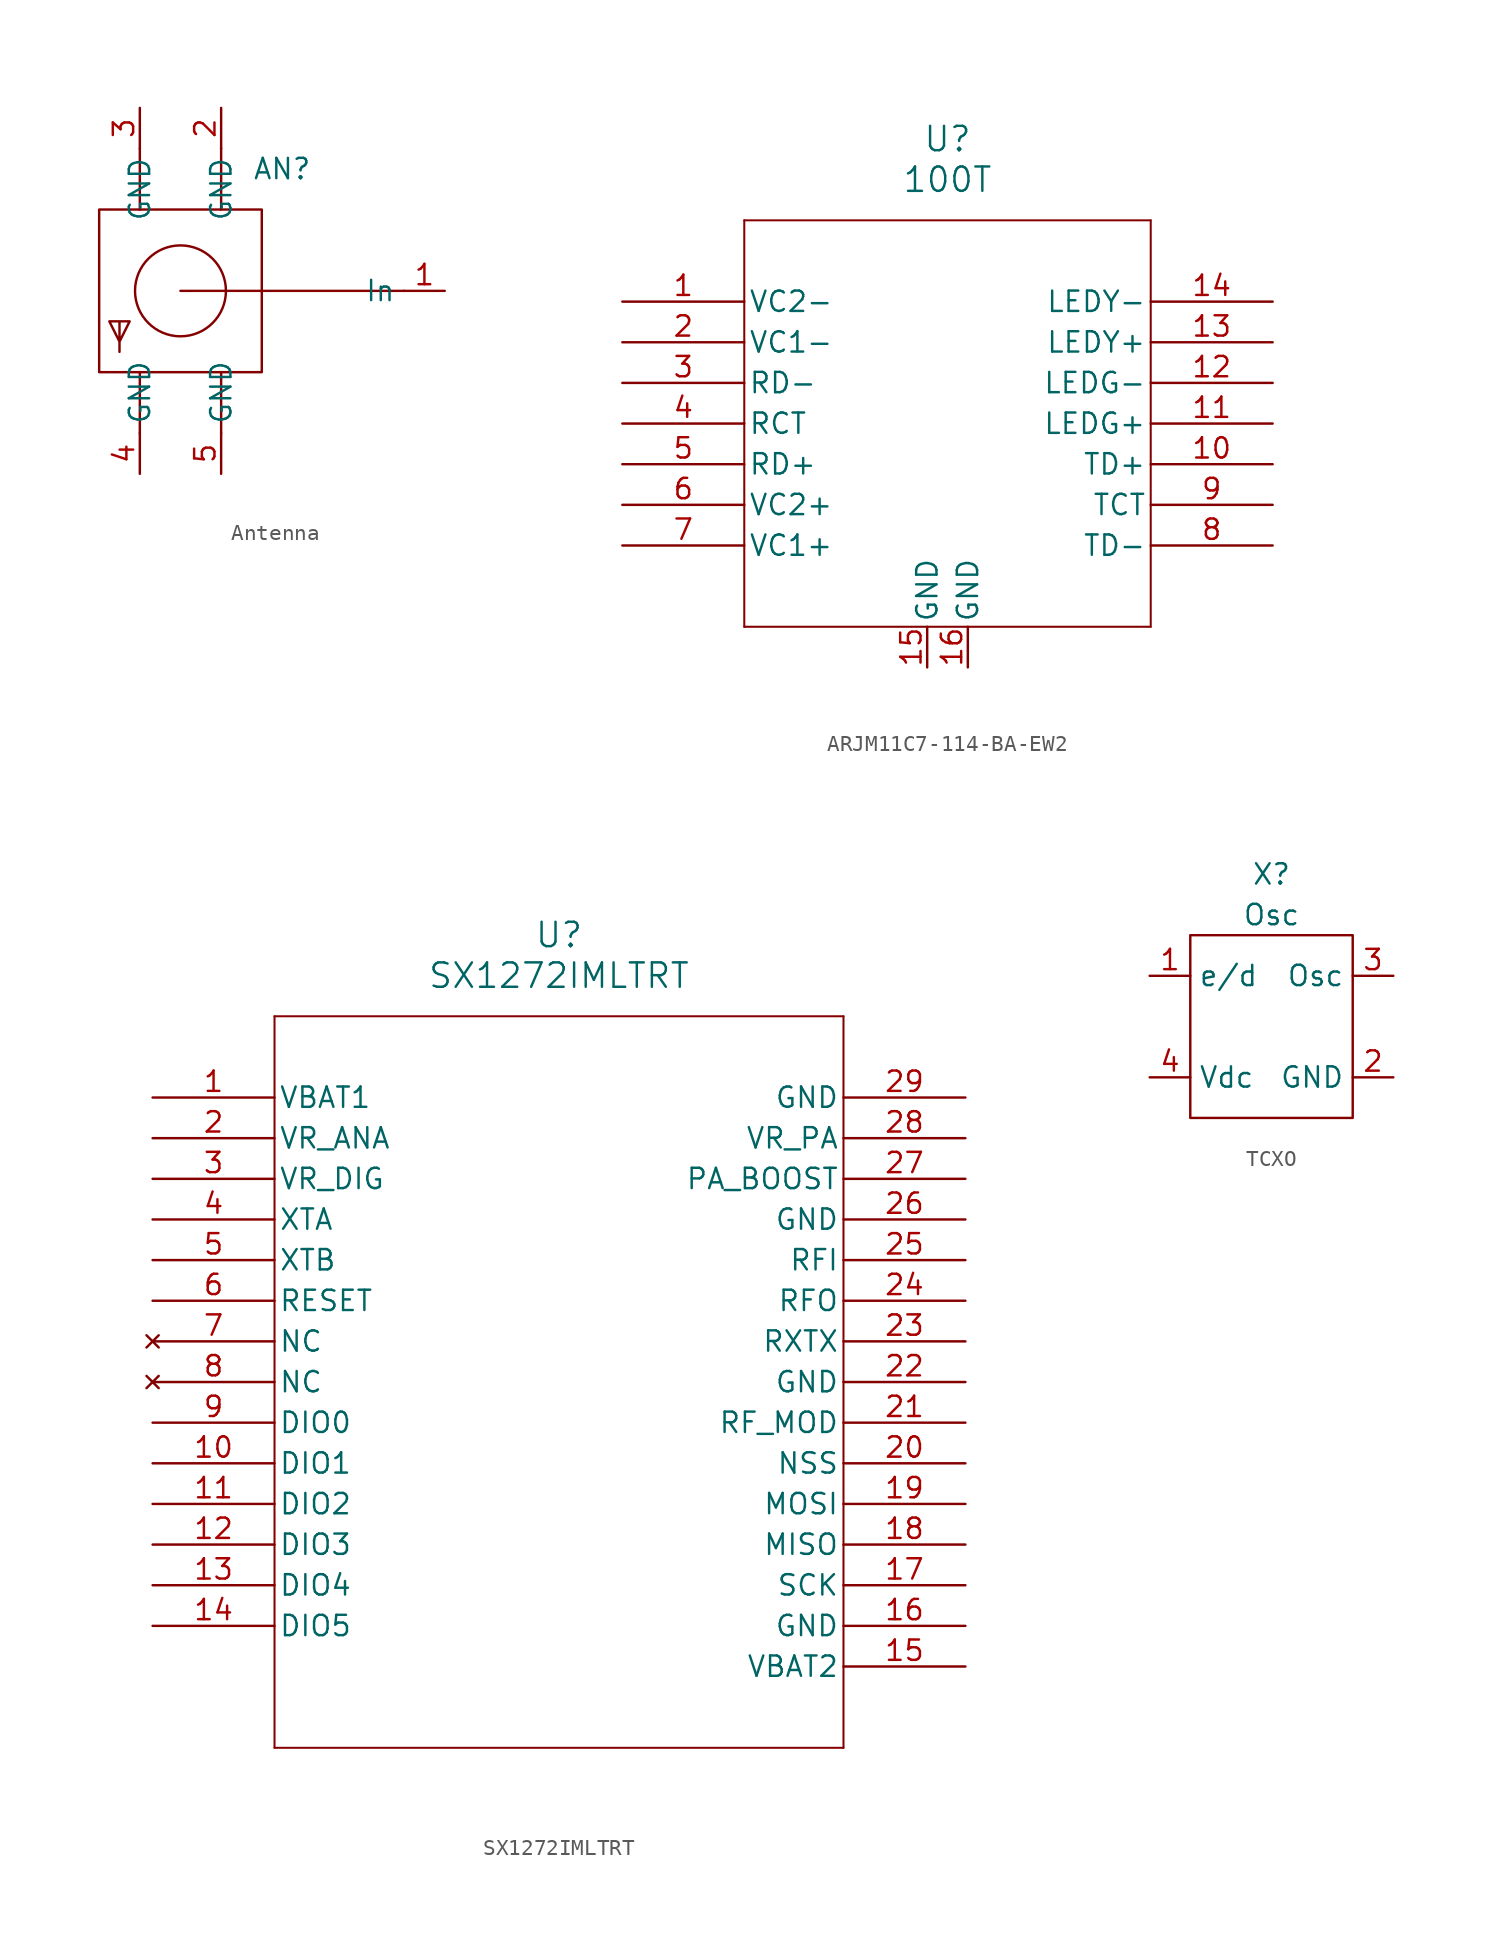
<source format=kicad_sym>
(kicad_symbol_lib
  (version 20220914)
  (generator kicad_symbol_editor)
  (symbol "Antenna"
    (property "Reference" "AN"
      (at 6.35 7.62 0)
      (effects (font (size 1.27 1.27))))
    (property "Value" ""
      (at 0 0 0)
      (effects (font (size 1.27 1.27))))
    (symbol "Antenna_0_1"
      (rectangle (start -5.08 5.08) (end 5.08 -5.08) (stroke (width 0) (type default)) (fill (type none)))
      (polyline (pts (xy -2.54 -8.89) (xy -2.54 -5.08)) (stroke (width 0) (type default)) (fill (type none)))
      (polyline (pts (xy -2.54 5.08) (xy -2.54 8.89)) (stroke (width 0) (type default)) (fill (type none)))
      (polyline (pts (xy 0 0) (xy 13.97 0)) (stroke (width 0) (type default)) (fill (type none)))
      (polyline (pts (xy 2.54 -5.08) (xy 2.54 -8.89)) (stroke (width 0) (type default)) (fill (type none)))
      (polyline (pts (xy 2.54 8.89) (xy 2.54 5.08)) (stroke (width 0) (type default)) (fill (type none)))
      (polyline (pts (xy -3.81 -3.81) (xy -3.81 -3.175) (xy -4.445 -1.905) (xy -3.175 -1.905) (xy -3.81 -3.175) (xy -3.81 -1.905)) (stroke (width 0) (type default)) (fill (type none)))
      (circle (center 0 0) (radius 2.84) (stroke (width 0) (type default)) (fill (type none))))
    (symbol "Antenna_1_1"
      (pin input line (at 16.51 0 180) (length 2.54) (name "In" (effects (font (size 1.27 1.27)))) (number "1" (effects (font (size 1.27 1.27)))))
      (pin output line (at 2.54 11.43 270) (length 2.54) (name "GND" (effects (font (size 1.27 1.27)))) (number "2" (effects (font (size 1.27 1.27)))))
      (pin output line (at -2.54 11.43 270) (length 2.54) (name "GND" (effects (font (size 1.27 1.27)))) (number "3" (effects (font (size 1.27 1.27)))))
      (pin output line (at -2.54 -11.43 90) (length 2.54) (name "GND" (effects (font (size 1.27 1.27)))) (number "4" (effects (font (size 1.27 1.27)))))
      (pin output line (at 2.54 -11.43 90) (length 2.54) (name "GND" (effects (font (size 1.27 1.27)))) (number "5" (effects (font (size 1.27 1.27)))))))
  (symbol "ARJM11C7-114-BA-EW2"
    (pin_names
      (offset 0.254))
    (property "Reference" "U"
      (at 20.32 10.16 0)
      (effects (font (size 1.524 1.524))))
    (property "Value" "100T"
      (at 20.32 7.62 0)
      (effects (font (size 1.524 1.524))))
    (symbol "ARJM11C7-114-BA-EW2_0_1"
      (polyline (pts (xy 7.62 -20.32) (xy 33.02 -20.32)) (stroke (width 0.127) (type default)) (fill (type none)))
      (polyline (pts (xy 7.62 5.08) (xy 7.62 -20.32)) (stroke (width 0.127) (type default)) (fill (type none)))
      (polyline (pts (xy 33.02 -20.32) (xy 33.02 5.08)) (stroke (width 0.127) (type default)) (fill (type none)))
      (polyline (pts (xy 33.02 5.08) (xy 7.62 5.08)) (stroke (width 0.127) (type default)) (fill (type none)))
      (pin power_in line (at 0 0 0) (length 7.62) (name "VC2-" (effects (font (size 1.27 1.27)))) (number "1" (effects (font (size 1.27 1.27)))))
      (pin unspecified line (at 40.64 -10.16 180) (length 7.62) (name "TD+" (effects (font (size 1.27 1.27)))) (number "10" (effects (font (size 1.27 1.27)))))
      (pin power_in line (at 0 -2.54 0) (length 7.62) (name "VC1-" (effects (font (size 1.27 1.27)))) (number "2" (effects (font (size 1.27 1.27)))))
      (pin unspecified line (at 0 -5.08 0) (length 7.62) (name "RD-" (effects (font (size 1.27 1.27)))) (number "3" (effects (font (size 1.27 1.27)))))
      (pin unspecified line (at 0 -7.62 0) (length 7.62) (name "RCT" (effects (font (size 1.27 1.27)))) (number "4" (effects (font (size 1.27 1.27)))))
      (pin unspecified line (at 0 -10.16 0) (length 7.62) (name "RD+" (effects (font (size 1.27 1.27)))) (number "5" (effects (font (size 1.27 1.27)))))
      (pin power_in line (at 0 -12.7 0) (length 7.62) (name "VC2+" (effects (font (size 1.27 1.27)))) (number "6" (effects (font (size 1.27 1.27)))))
      (pin power_in line (at 0 -15.24 0) (length 7.62) (name "VC1+" (effects (font (size 1.27 1.27)))) (number "7" (effects (font (size 1.27 1.27)))))
      (pin unspecified line (at 40.64 -15.24 180) (length 7.62) (name "TD-" (effects (font (size 1.27 1.27)))) (number "8" (effects (font (size 1.27 1.27)))))
      (pin unspecified line (at 40.64 -12.7 180) (length 7.62) (name "TCT" (effects (font (size 1.27 1.27)))) (number "9" (effects (font (size 1.27 1.27))))))
    (symbol "ARJM11C7-114-BA-EW2_1_0"
      (pin unspecified line (at 19.05 -22.86 90) (length 2.54) (name "GND" (effects (font (size 1.27 1.27)))) (number "15" (effects (font (size 1.27 1.27)))))
      (pin unspecified line (at 21.59 -22.86 90) (length 2.54) (name "GND" (effects (font (size 1.27 1.27)))) (number "16" (effects (font (size 1.27 1.27))))))
    (symbol "ARJM11C7-114-BA-EW2_1_1"
      (pin power_in line (at 40.64 -7.62 180) (length 7.62) (name "LEDG+" (effects (font (size 1.27 1.27)))) (number "11" (effects (font (size 1.27 1.27)))))
      (pin power_out line (at 40.64 -5.08 180) (length 7.62) (name "LEDG-" (effects (font (size 1.27 1.27)))) (number "12" (effects (font (size 1.27 1.27)))))
      (pin power_in line (at 40.64 -2.54 180) (length 7.62) (name "LEDY+" (effects (font (size 1.27 1.27)))) (number "13" (effects (font (size 1.27 1.27)))))
      (pin power_out line (at 40.64 0 180) (length 7.62) (name "LEDY-" (effects (font (size 1.27 1.27)))) (number "14" (effects (font (size 1.27 1.27)))))))
  (symbol "SX1272IMLTRT"
    (pin_names
      (offset 0.254))
    (property "Reference" "U"
      (at 25.4 10.16 0)
      (effects (font (size 1.524 1.524))))
    (property "Value" "SX1272IMLTRT"
      (at 25.4 7.62 0)
      (effects (font (size 1.524 1.524))))
    (symbol "SX1272IMLTRT_0_1"
      (polyline (pts (xy 7.62 -40.64) (xy 43.18 -40.64)) (stroke (width 0.127) (type default)) (fill (type none)))
      (polyline (pts (xy 7.62 5.08) (xy 7.62 -40.64)) (stroke (width 0.127) (type default)) (fill (type none)))
      (polyline (pts (xy 43.18 -40.64) (xy 43.18 5.08)) (stroke (width 0.127) (type default)) (fill (type none)))
      (polyline (pts (xy 43.18 5.08) (xy 7.62 5.08)) (stroke (width 0.127) (type default)) (fill (type none)))
      (pin power_in line (at 0 0 0) (length 7.62) (name "VBAT1" (effects (font (size 1.27 1.27)))) (number "1" (effects (font (size 1.27 1.27)))))
      (pin bidirectional line (at 0 -22.86 0) (length 7.62) (name "DIO1" (effects (font (size 1.27 1.27)))) (number "10" (effects (font (size 1.27 1.27)))))
      (pin bidirectional line (at 0 -25.4 0) (length 7.62) (name "DIO2" (effects (font (size 1.27 1.27)))) (number "11" (effects (font (size 1.27 1.27)))))
      (pin bidirectional line (at 0 -27.94 0) (length 7.62) (name "DIO3" (effects (font (size 1.27 1.27)))) (number "12" (effects (font (size 1.27 1.27)))))
      (pin bidirectional line (at 0 -30.48 0) (length 7.62) (name "DIO4" (effects (font (size 1.27 1.27)))) (number "13" (effects (font (size 1.27 1.27)))))
      (pin bidirectional line (at 0 -33.02 0) (length 7.62) (name "DIO5" (effects (font (size 1.27 1.27)))) (number "14" (effects (font (size 1.27 1.27)))))
      (pin power_in line (at 50.8 -35.56 180) (length 7.62) (name "VBAT2" (effects (font (size 1.27 1.27)))) (number "15" (effects (font (size 1.27 1.27)))))
      (pin power_out line (at 50.8 -33.02 180) (length 7.62) (name "GND" (effects (font (size 1.27 1.27)))) (number "16" (effects (font (size 1.27 1.27)))))
      (pin input line (at 50.8 -30.48 180) (length 7.62) (name "SCK" (effects (font (size 1.27 1.27)))) (number "17" (effects (font (size 1.27 1.27)))))
      (pin output line (at 50.8 -27.94 180) (length 7.62) (name "MISO" (effects (font (size 1.27 1.27)))) (number "18" (effects (font (size 1.27 1.27)))))
      (pin input line (at 50.8 -25.4 180) (length 7.62) (name "MOSI" (effects (font (size 1.27 1.27)))) (number "19" (effects (font (size 1.27 1.27)))))
      (pin power_in line (at 0 -2.54 0) (length 7.62) (name "VR_ANA" (effects (font (size 1.27 1.27)))) (number "2" (effects (font (size 1.27 1.27)))))
      (pin input line (at 50.8 -22.86 180) (length 7.62) (name "NSS" (effects (font (size 1.27 1.27)))) (number "20" (effects (font (size 1.27 1.27)))))
      (pin output line (at 50.8 -20.32 180) (length 7.62) (name "RF_MOD" (effects (font (size 1.27 1.27)))) (number "21" (effects (font (size 1.27 1.27)))))
      (pin power_out line (at 50.8 -17.78 180) (length 7.62) (name "GND" (effects (font (size 1.27 1.27)))) (number "22" (effects (font (size 1.27 1.27)))))
      (pin output line (at 50.8 -15.24 180) (length 7.62) (name "RXTX" (effects (font (size 1.27 1.27)))) (number "23" (effects (font (size 1.27 1.27)))))
      (pin output line (at 50.8 -12.7 180) (length 7.62) (name "RFO" (effects (font (size 1.27 1.27)))) (number "24" (effects (font (size 1.27 1.27)))))
      (pin input line (at 50.8 -10.16 180) (length 7.62) (name "RFI" (effects (font (size 1.27 1.27)))) (number "25" (effects (font (size 1.27 1.27)))))
      (pin power_out line (at 50.8 -7.62 180) (length 7.62) (name "GND" (effects (font (size 1.27 1.27)))) (number "26" (effects (font (size 1.27 1.27)))))
      (pin output line (at 50.8 -5.08 180) (length 7.62) (name "PA_BOOST" (effects (font (size 1.27 1.27)))) (number "27" (effects (font (size 1.27 1.27)))))
      (pin output line (at 50.8 -2.54 180) (length 7.62) (name "VR_PA" (effects (font (size 1.27 1.27)))) (number "28" (effects (font (size 1.27 1.27)))))
      (pin power_out line (at 50.8 0 180) (length 7.62) (name "GND" (effects (font (size 1.27 1.27)))) (number "29" (effects (font (size 1.27 1.27)))))
      (pin power_in line (at 0 -5.08 0) (length 7.62) (name "VR_DIG" (effects (font (size 1.27 1.27)))) (number "3" (effects (font (size 1.27 1.27)))))
      (pin bidirectional line (at 0 -7.62 0) (length 7.62) (name "XTA" (effects (font (size 1.27 1.27)))) (number "4" (effects (font (size 1.27 1.27)))))
      (pin bidirectional line (at 0 -10.16 0) (length 7.62) (name "XTB" (effects (font (size 1.27 1.27)))) (number "5" (effects (font (size 1.27 1.27)))))
      (pin bidirectional line (at 0 -12.7 0) (length 7.62) (name "RESET" (effects (font (size 1.27 1.27)))) (number "6" (effects (font (size 1.27 1.27)))))
      (pin no_connect line (at 0 -15.24 0) (length 7.62) (name "NC" (effects (font (size 1.27 1.27)))) (number "7" (effects (font (size 1.27 1.27)))))
      (pin no_connect line (at 0 -17.78 0) (length 7.62) (name "NC" (effects (font (size 1.27 1.27)))) (number "8" (effects (font (size 1.27 1.27)))))
      (pin bidirectional line (at 0 -20.32 0) (length 7.62) (name "DIO0" (effects (font (size 1.27 1.27)))) (number "9" (effects (font (size 1.27 1.27)))))))
  (symbol "TCXO"
    (property "Reference" "X"
      (at 0 10.16 0)
      (effects (font (size 1.27 1.27))))
    (property "Value" "Osc"
      (at 0 7.62 0)
      (effects (font (size 1.27 1.27))))
    (symbol "TCXO_0_1"
      (polyline (pts (xy -5.08 -5.08) (xy 5.08 -5.08) (xy 5.08 6.35) (xy -5.08 6.35) (xy -5.08 -5.08)) (stroke (width 0) (type default)) (fill (type none))))
    (symbol "TCXO_1_1"
      (pin passive line (at -7.62 3.81 0) (length 2.54) (name "e/d" (effects (font (size 1.27 1.27)))) (number "1" (effects (font (size 1.27 1.27)))))
      (pin output line (at 7.62 -2.54 180) (length 2.54) (name "GND" (effects (font (size 1.27 1.27)))) (number "2" (effects (font (size 1.27 1.27)))))
      (pin output line (at 7.62 3.81 180) (length 2.54) (name "Osc" (effects (font (size 1.27 1.27)))) (number "3" (effects (font (size 1.27 1.27)))))
      (pin power_in line (at -7.62 -2.54 0) (length 2.54) (name "Vdc" (effects (font (size 1.27 1.27)))) (number "4" (effects (font (size 1.27 1.27))))))))
</source>
